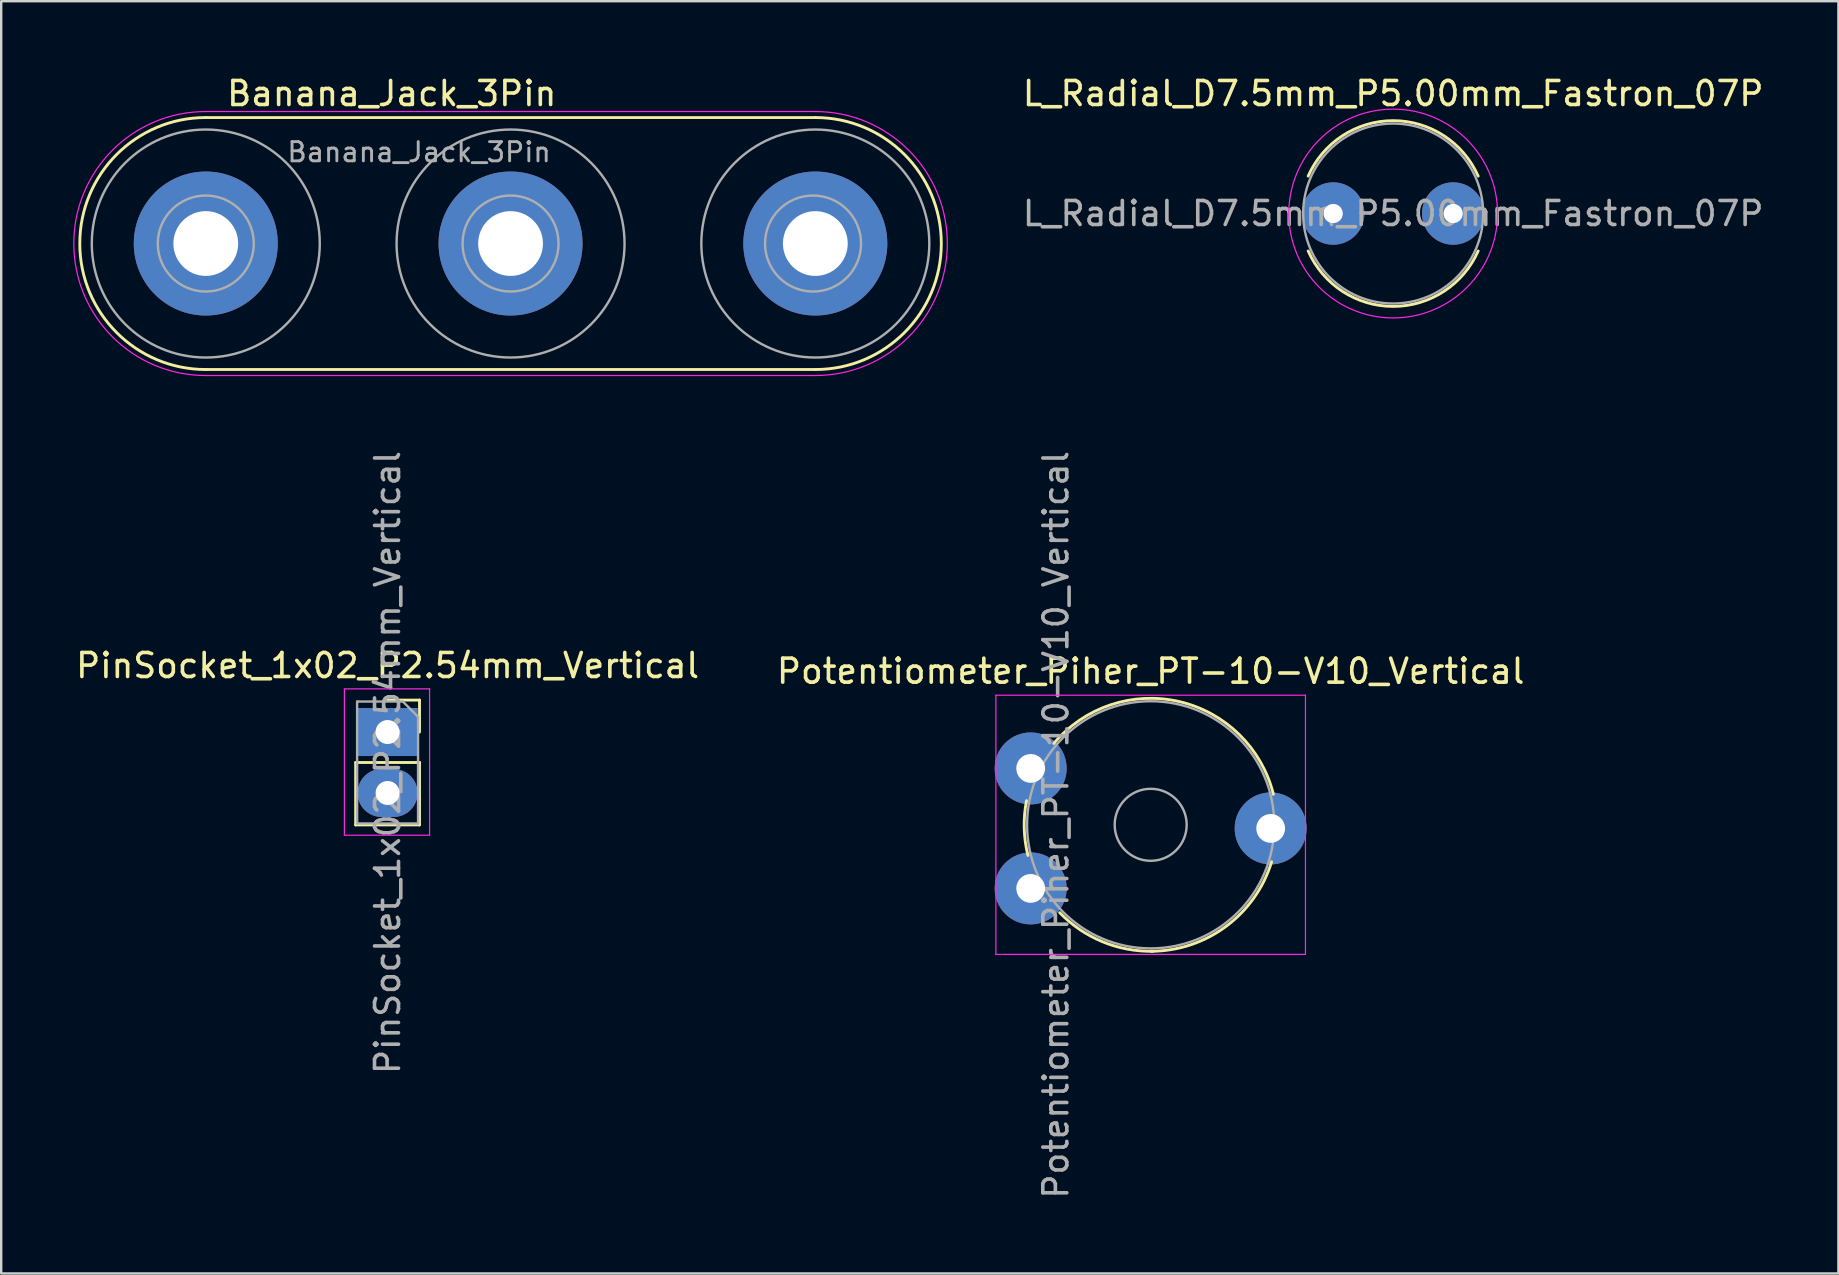
<source format=kicad_pcb>
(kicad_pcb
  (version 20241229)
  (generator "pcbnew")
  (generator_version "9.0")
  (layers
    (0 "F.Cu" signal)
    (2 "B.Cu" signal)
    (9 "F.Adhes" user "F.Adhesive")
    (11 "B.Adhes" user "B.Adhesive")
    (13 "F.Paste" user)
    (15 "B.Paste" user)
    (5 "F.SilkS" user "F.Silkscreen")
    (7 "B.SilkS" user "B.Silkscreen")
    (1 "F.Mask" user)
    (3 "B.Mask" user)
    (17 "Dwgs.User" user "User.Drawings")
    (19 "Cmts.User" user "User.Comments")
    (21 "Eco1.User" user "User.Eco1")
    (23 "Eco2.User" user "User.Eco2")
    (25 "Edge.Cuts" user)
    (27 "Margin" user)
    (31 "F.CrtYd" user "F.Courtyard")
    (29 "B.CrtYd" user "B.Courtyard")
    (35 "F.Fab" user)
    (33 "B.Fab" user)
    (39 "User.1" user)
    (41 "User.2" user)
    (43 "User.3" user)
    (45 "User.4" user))
  (footprint "L_Radial_D7.5mm_P5.00mm_Fastron_07P"
    (layer "F.Cu")
    (at 52.504 5.848)
    (property "Reference" "L_Radial_D7.5mm_P5.00mm_Fastron_07P" (at 2.5 -5 0) (layer "F.SilkS") (effects (font (size 1 1) (thickness 0.15))))
    (attr through_hole)
    (fp_arc (start -1.041652 -1.56) (mid 2.5 -3.87) (end 6.041652 -1.56) (stroke (width 0.12) (type solid)) (layer "F.SilkS"))
    (fp_arc (start 6.041652 1.56) (mid 2.5 3.87) (end -1.041652 1.56) (stroke (width 0.12) (type solid)) (layer "F.SilkS"))
    (fp_circle (center 2.5 0) (end 6.85 0) (stroke (width 0.05) (type solid)) (fill no) (layer "F.CrtYd"))
    (fp_circle (center 2.5 0) (end 6.25 0) (stroke (width 0.1) (type solid)) (fill no) (layer "F.Fab"))
    (fp_text user "${REFERENCE}" (at 2.5 0 0) (layer "F.Fab") (effects (font (size 1 1) (thickness 0.15))))
    (pad "1" thru_hole circle (at 0 0) (size 2.6 2.6) (drill 0.8) (layers "*.Cu" "*.Mask"))
    (pad "2" thru_hole circle (at 5 0) (size 2.6 2.6) (drill 0.8) (layers "*.Cu" "*.Mask")))
  (footprint "PinSocket_1x02_P2.54mm_Vertical"
    (layer "F.Cu")
    (at 13.101 27.454)
    (property "Reference" "PinSocket_1x02_P2.54mm_Vertical" (at 0 -2.77 0) (layer "F.SilkS") (effects (font (size 1 1) (thickness 0.15))))
    (attr through_hole)
    (fp_line (start -1.33 1.27) (end -1.33 3.87) (stroke (width 0.12) (type solid)) (layer "F.SilkS"))
    (fp_line (start -1.33 1.27) (end 1.33 1.27) (stroke (width 0.12) (type solid)) (layer "F.SilkS"))
    (fp_line (start -1.33 3.87) (end 1.33 3.87) (stroke (width 0.12) (type solid)) (layer "F.SilkS"))
    (fp_line (start 0 -1.33) (end 1.33 -1.33) (stroke (width 0.12) (type solid)) (layer "F.SilkS"))
    (fp_line (start 1.33 -1.33) (end 1.33 0) (stroke (width 0.12) (type solid)) (layer "F.SilkS"))
    (fp_line (start 1.33 1.27) (end 1.33 3.87) (stroke (width 0.12) (type solid)) (layer "F.SilkS"))
    (fp_line (start -1.8 -1.8) (end 1.75 -1.8) (stroke (width 0.05) (type solid)) (layer "F.CrtYd"))
    (fp_line (start -1.8 4.3) (end -1.8 -1.8) (stroke (width 0.05) (type solid)) (layer "F.CrtYd"))
    (fp_line (start 1.75 -1.8) (end 1.75 4.3) (stroke (width 0.05) (type solid)) (layer "F.CrtYd"))
    (fp_line (start 1.75 4.3) (end -1.8 4.3) (stroke (width 0.05) (type solid)) (layer "F.CrtYd"))
    (fp_line (start -1.27 -1.27) (end 0.635 -1.27) (stroke (width 0.1) (type solid)) (layer "F.Fab"))
    (fp_line (start -1.27 3.81) (end -1.27 -1.27) (stroke (width 0.1) (type solid)) (layer "F.Fab"))
    (fp_line (start 0.635 -1.27) (end 1.27 -0.635) (stroke (width 0.1) (type solid)) (layer "F.Fab"))
    (fp_line (start 1.27 -0.635) (end 1.27 3.81) (stroke (width 0.1) (type solid)) (layer "F.Fab"))
    (fp_line (start 1.27 3.81) (end -1.27 3.81) (stroke (width 0.1) (type solid)) (layer "F.Fab"))
    (fp_text user "${REFERENCE}" (at 0 1.27 90) (layer "F.Fab") (effects (font (size 1 1) (thickness 0.15))))
    (pad "1" thru_hole rect (at 0 0) (size 2.5 2) (drill 1) (layers "*.Cu" "*.Mask"))
    (pad "2" thru_hole oval (at 0 2.54) (size 2.5 2) (drill 1) (layers "*.Cu" "*.Mask")))
  (footprint "Banana_Jack_3Pin"
    (layer "F.Cu")
    (at 5.525 7.098)
    (property "Reference" "Banana_Jack_3Pin" (at 7.75 -6.25 0) (layer "F.SilkS") (effects (font (size 1 1) (thickness 0.15))))
    (attr through_hole)
    (fp_line (start 0 5.25) (end 25.4 5.25) (stroke (width 0.12) (type solid)) (layer "F.SilkS"))
    (fp_line (start 25.4 -5.25) (end 0 -5.25) (stroke (width 0.12) (type solid)) (layer "F.SilkS"))
    (fp_arc (start 0 5.25) (mid -5.25 0) (end 0 -5.25) (stroke (width 0.12) (type solid)) (layer "F.SilkS"))
    (fp_arc (start 25.4 -5.25) (mid 30.65 0) (end 25.4 5.25) (stroke (width 0.12) (type solid)) (layer "F.SilkS"))
    (fp_line (start 0 -5.5) (end 25.4 -5.5) (stroke (width 0.05) (type solid)) (layer "F.CrtYd"))
    (fp_line (start 25.4 5.5) (end 0 5.5) (stroke (width 0.05) (type solid)) (layer "F.CrtYd"))
    (fp_arc (start 0 5.5) (mid -5.5 0) (end 0 -5.5) (stroke (width 0.05) (type solid)) (layer "F.CrtYd"))
    (fp_arc (start 25.4 -5.5) (mid 30.9 0) (end 25.4 5.5) (stroke (width 0.05) (type solid)) (layer "F.CrtYd"))
    (fp_circle (center 0 0) (end 2 0) (stroke (width 0.1) (type solid)) (fill no) (layer "F.Fab"))
    (fp_circle (center 0 0) (end 4.75 0) (stroke (width 0.1) (type solid)) (fill no) (layer "F.Fab"))
    (fp_circle (center 12.7 0) (end 14.7 0) (stroke (width 0.1) (type solid)) (fill no) (layer "F.Fab"))
    (fp_circle (center 12.7 0) (end 17.45 0) (stroke (width 0.1) (type solid)) (fill no) (layer "F.Fab"))
    (fp_circle (center 25.305 0) (end 25.305 -2) (stroke (width 0.1) (type solid)) (fill no) (layer "F.Fab"))
    (fp_circle (center 25.4 0) (end 25.4 -4.75) (stroke (width 0.1) (type solid)) (fill no) (layer "F.Fab"))
    (fp_text user "${REFERENCE}" (at 8.89 -3.81 0) (layer "F.Fab") (effects (font (size 0.8 0.8) (thickness 0.12))))
    (pad "1" thru_hole circle (at 0 0) (size 6 6) (drill 2.7) (layers "*.Cu" "*.Mask"))
    (pad "2" thru_hole circle (at 12.7 0) (size 6 6) (drill 2.7) (layers "*.Cu" "*.Mask"))
    (pad "3" thru_hole circle (at 25.4 0) (size 6 6) (drill 2.7) (layers "*.Cu" "*.Mask")))
  (footprint "Potentiometer_Piher_PT-10-V10_Vertical"
    (layer "F.Cu")
    (at 39.899 33.97)
    (property "Reference" "Potentiometer_Piher_PT-10-V10_Vertical" (at 5 -9.05 0) (layer "F.SilkS") (effects (font (size 1 1) (thickness 0.15))))
    (attr through_hole)
    (fp_arc (start -0.11439 -1.375119) (mid -0.269093 -2.512295) (end -0.174 -3.656) (stroke (width 0.12) (type solid)) (layer "F.SilkS"))
    (fp_arc (start 0.963379 -6.038474) (mid 6.186565 -7.784991) (end 10.114 -3.924) (stroke (width 0.12) (type solid)) (layer "F.SilkS"))
    (fp_arc (start 5.09203 2.619358) (mid 2.983245 2.219015) (end 1.209 1.011) (stroke (width 0.12) (type solid)) (layer "F.SilkS"))
    (fp_arc (start 10.039726 -1.109201) (mid 8.134716 1.586326) (end 5 2.62) (stroke (width 0.12) (type solid)) (layer "F.SilkS"))
    (fp_line (start -1.45 -8.05) (end -1.45 2.75) (stroke (width 0.05) (type solid)) (layer "F.CrtYd"))
    (fp_line (start -1.45 2.75) (end 11.45 2.75) (stroke (width 0.05) (type solid)) (layer "F.CrtYd"))
    (fp_line (start 11.45 -8.05) (end -1.45 -8.05) (stroke (width 0.05) (type solid)) (layer "F.CrtYd"))
    (fp_line (start 11.45 2.75) (end 11.45 -8.05) (stroke (width 0.05) (type solid)) (layer "F.CrtYd"))
    (fp_circle (center 5 -2.65) (end 6.5 -2.65) (stroke (width 0.1) (type solid)) (fill no) (layer "F.Fab"))
    (fp_circle (center 5 -2.65) (end 10.15 -2.65) (stroke (width 0.1) (type solid)) (fill no) (layer "F.Fab"))
    (fp_text user "${REFERENCE}" (at 1.05 -2.65 90) (layer "F.Fab") (effects (font (size 1 1) (thickness 0.15))))
    (pad "1" thru_hole circle (at 0 0) (size 3 3) (drill 1.2) (layers "*.Cu" "*.Mask"))
    (pad "2" thru_hole circle (at 10 -2.5) (size 3 3) (drill 1.2) (layers "*.Cu" "*.Mask"))
    (pad "3" thru_hole circle (at 0 -5) (size 3 3) (drill 1.2) (layers "*.Cu" "*.Mask")))
  (gr_rect
    (start -3 -3)
    (end 73.557 50.016)
    (stroke (width 0.1) (type default))
    (fill no)
    (layer "Edge.Cuts")))
</source>
